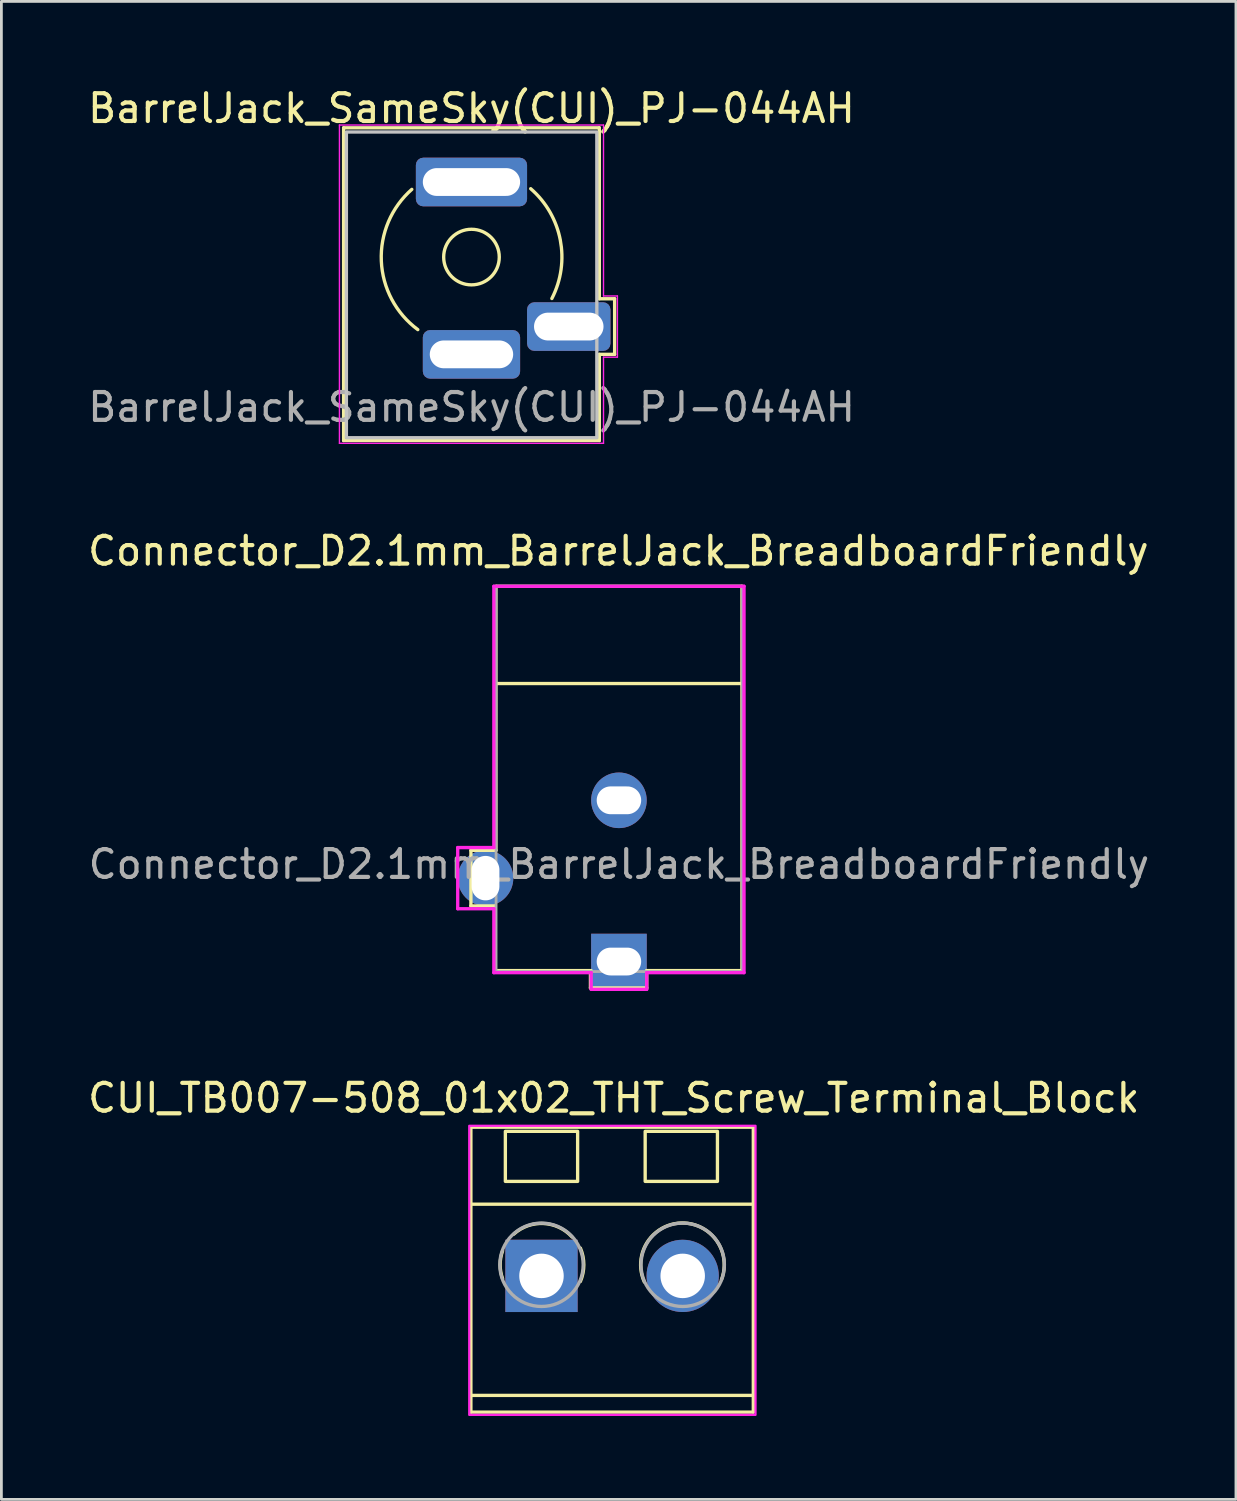
<source format=kicad_pcb>
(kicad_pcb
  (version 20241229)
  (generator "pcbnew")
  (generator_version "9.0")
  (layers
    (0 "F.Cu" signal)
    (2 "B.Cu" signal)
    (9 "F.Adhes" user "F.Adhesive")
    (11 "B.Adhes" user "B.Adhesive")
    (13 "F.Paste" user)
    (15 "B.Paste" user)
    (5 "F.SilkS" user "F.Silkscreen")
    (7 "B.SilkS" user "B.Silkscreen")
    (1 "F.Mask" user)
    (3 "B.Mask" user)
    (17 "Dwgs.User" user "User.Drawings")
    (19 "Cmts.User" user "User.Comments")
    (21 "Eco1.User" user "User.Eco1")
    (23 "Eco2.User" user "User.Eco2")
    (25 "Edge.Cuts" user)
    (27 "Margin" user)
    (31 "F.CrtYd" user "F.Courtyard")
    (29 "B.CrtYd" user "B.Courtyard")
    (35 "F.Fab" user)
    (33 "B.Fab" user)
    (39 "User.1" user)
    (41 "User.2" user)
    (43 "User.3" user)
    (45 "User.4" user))
  (footprint "BarrelJack_SameSky(CUI)_PJ-044AH"
    (layer "F.Cu")
    (at 13.911 6.198)
    (property "Reference" "BarrelJack_SameSky(CUI)_PJ-044AH" (at 0 -5.35 0) (unlocked yes) (layer "F.SilkS") (effects (font (size 1 1) (thickness 0.15))))
    (attr through_hole)
    (fp_line (start -4.6 -4.65) (end 4.6 -4.65) (stroke (width 0.12) (type default)) (layer "F.SilkS"))
    (fp_line (start -4.6 6.6) (end -4.6 -4.65) (stroke (width 0.12) (type default)) (layer "F.SilkS"))
    (fp_line (start 4.6 -4.65) (end 4.6 1.5) (stroke (width 0.12) (type default)) (layer "F.SilkS"))
    (fp_line (start 4.6 1.5) (end 5.15 1.5) (stroke (width 0.12) (type default)) (layer "F.SilkS"))
    (fp_line (start 4.6 3.5) (end 4.6 6.6) (stroke (width 0.12) (type default)) (layer "F.SilkS"))
    (fp_line (start 4.6 6.6) (end -4.6 6.6) (stroke (width 0.12) (type default)) (layer "F.SilkS"))
    (fp_line (start 5.15 1.5) (end 5.15 3.5) (stroke (width 0.12) (type default)) (layer "F.SilkS"))
    (fp_line (start 5.15 3.5) (end 4.6 3.5) (stroke (width 0.12) (type default)) (layer "F.SilkS"))
    (fp_arc (start -1.93 2.61) (mid -3.243103 0.138852) (end -2.146021 -2.435487) (stroke (width 0.12) (type default)) (layer "F.SilkS"))
    (fp_arc (start 2.13 -2.46) (mid 3.195087 -0.616373) (end 2.892228 1.491149) (stroke (width 0.12) (type default)) (layer "F.SilkS"))
    (fp_circle (center 0 0) (end 1 0) (stroke (width 0.12) (type solid)) (fill no) (layer "F.SilkS"))
    (fp_rect (start -4.5 -4.5) (end 4.51 6.5) (stroke (width 0.12) (type solid)) (fill no) (layer "Dwgs.User"))
    (fp_line (start -4.75 -4.75) (end 4.75 -4.75) (stroke (width 0.05) (type solid)) (layer "F.CrtYd"))
    (fp_line (start -4.75 6.7) (end -4.75 -4.75) (stroke (width 0.05) (type solid)) (layer "F.CrtYd"))
    (fp_line (start 4.75 -4.75) (end 4.75 1.4) (stroke (width 0.05) (type solid)) (layer "F.CrtYd"))
    (fp_line (start 4.75 1.4) (end 5.25 1.4) (stroke (width 0.05) (type solid)) (layer "F.CrtYd"))
    (fp_line (start 4.75 3.6) (end 4.75 6.7) (stroke (width 0.05) (type solid)) (layer "F.CrtYd"))
    (fp_line (start 4.75 6.7) (end -4.75 6.7) (stroke (width 0.05) (type solid)) (layer "F.CrtYd"))
    (fp_line (start 5.25 1.4) (end 5.25 3.6) (stroke (width 0.05) (type solid)) (layer "F.CrtYd"))
    (fp_line (start 5.25 3.6) (end 4.75 3.6) (stroke (width 0.05) (type solid)) (layer "F.CrtYd"))
    (fp_text user "${REFERENCE}" (at 0.005 5.4 0) (unlocked yes) (layer "F.Fab") (effects (font (size 1 1) (thickness 0.15))))
    (pad "1" thru_hole roundrect (at 0 -2.7) (size 4 1.75) (drill oval 3.5 1) (layers "*.Cu" "*.Mask") (roundrect_rratio 0.15))
    (pad "2" thru_hole roundrect (at 0 3.5) (size 3.5 1.75) (drill oval 3 1) (layers "*.Cu" "*.Mask") (roundrect_rratio 0.15))
    (pad "3" thru_hole roundrect (at 3.5 2.5) (size 3 1.75) (drill oval 2.5 1) (layers "*.Cu" "*.Mask") (roundrect_rratio 0.15)))
  (footprint "Connector_D2.1mm_BarrelJack_BreadboardFriendly"
    (layer "F.Cu")
    (at 19.216 31.541)
    (property "Reference" "Connector_D2.1mm_BarrelJack_BreadboardFriendly" (at -0.02 -14.77 0) (unlocked yes) (layer "F.SilkS") (effects (font (size 1 1) (thickness 0.15))))
    (attr through_hole)
    (fp_line (start -5.325 -4) (end -4.425 -4) (stroke (width 0.12) (type solid)) (layer "F.SilkS"))
    (fp_line (start -5.325 -2) (end -5.325 -4) (stroke (width 0.12) (type solid)) (layer "F.SilkS"))
    (fp_line (start -4.45 -2) (end -5.325 -2) (stroke (width 0.12) (type solid)) (layer "F.SilkS"))
    (fp_line (start -4.45 0.325) (end -4.45 -2) (stroke (width 0.12) (type solid)) (layer "F.SilkS"))
    (fp_line (start -4.425 -10) (end 4.425 -10) (stroke (width 0.12) (type solid)) (layer "F.SilkS"))
    (fp_line (start -4.425 -4) (end -4.425 -13.5) (stroke (width 0.12) (type solid)) (layer "F.SilkS"))
    (fp_line (start -4.4 -13.5) (end 4.425 -13.5) (stroke (width 0.12) (type solid)) (layer "F.SilkS"))
    (fp_line (start -1.025 0.95) (end -1.025 0.33) (stroke (width 0.12) (type solid)) (layer "F.SilkS"))
    (fp_line (start -1 0.325) (end -4.45 0.325) (stroke (width 0.12) (type solid)) (layer "F.SilkS"))
    (fp_line (start 1 0.325) (end 1 0.95) (stroke (width 0.12) (type solid)) (layer "F.SilkS"))
    (fp_line (start 1 0.95) (end -1.025 0.95) (stroke (width 0.12) (type solid)) (layer "F.SilkS"))
    (fp_line (start 4.425 -13.5) (end 4.425 0.325) (stroke (width 0.12) (type solid)) (layer "F.SilkS"))
    (fp_line (start 4.425 0.325) (end 1 0.325) (stroke (width 0.12) (type solid)) (layer "F.SilkS"))
    (fp_line (start -5.8 -4.1) (end -4.5 -4.1) (stroke (width 0.12) (type solid)) (layer "F.CrtYd"))
    (fp_line (start -5.8 -1.9) (end -5.8 -4.1) (stroke (width 0.12) (type solid)) (layer "F.CrtYd"))
    (fp_line (start -4.5 -13.5) (end -4.5 -4.1) (stroke (width 0.12) (type solid)) (layer "F.CrtYd"))
    (fp_line (start -4.5 -1.9) (end -5.8 -1.9) (stroke (width 0.12) (type solid)) (layer "F.CrtYd"))
    (fp_line (start -4.5 -1.9) (end -4.5 0.4) (stroke (width 0.12) (type solid)) (layer "F.CrtYd"))
    (fp_line (start -4.5 0.4) (end -1 0.4) (stroke (width 0.12) (type solid)) (layer "F.CrtYd"))
    (fp_line (start -1 0.4) (end -1 1) (stroke (width 0.12) (type solid)) (layer "F.CrtYd"))
    (fp_line (start -1 1) (end 1 1) (stroke (width 0.12) (type solid)) (layer "F.CrtYd"))
    (fp_line (start 1 0.4) (end 4.5 0.4) (stroke (width 0.12) (type solid)) (layer "F.CrtYd"))
    (fp_line (start 1 1) (end 1 0.4) (stroke (width 0.12) (type solid)) (layer "F.CrtYd"))
    (fp_line (start 4.5 -13.5) (end -4.5 -13.5) (stroke (width 0.12) (type solid)) (layer "F.CrtYd"))
    (fp_line (start 4.5 0.4) (end 4.5 -13.5) (stroke (width 0.12) (type solid)) (layer "F.CrtYd"))
    (fp_rect (start -4.42 -13.5) (end 4.44 0.36) (stroke (width 0.1) (type solid)) (fill no) (layer "F.Fab"))
    (fp_text user "${REFERENCE}" (at 0 -3.5 0) (unlocked yes) (layer "F.Fab") (effects (font (size 1 1) (thickness 0.15))))
    (pad "1" thru_hole rect (at 0 0) (size 2 2) (drill oval 1.6 1) (layers "*.Cu" "*.Mask"))
    (pad "2" thru_hole circle (at 0 -5.8) (size 2 2) (drill oval 1.6 1) (layers "*.Cu" "*.Mask"))
    (pad "3" thru_hole circle (at -4.8 -3) (size 2 2) (drill oval 1 1.6) (layers "*.Cu" "*.Mask")))
  (footprint "CUI_TB007-508_01x02_THT_Screw_Terminal_Block"
    (layer "F.Cu")
    (at 16.43 42.85)
    (property "Reference" "CUI_TB007-508_01x02_THT_Screw_Terminal_Block" (at 2.6 -6.4 0) (unlocked yes) (layer "F.SilkS") (effects (font (size 1 1) (thickness 0.15))))
    (attr through_hole)
    (fp_line (start -2.54 -5.35) (end -2.54 4.9) (stroke (width 0.12) (type solid)) (layer "F.SilkS"))
    (fp_line (start -2.54 -5.35) (end 7.62 -5.35) (stroke (width 0.12) (type solid)) (layer "F.SilkS"))
    (fp_line (start -2.54 -2.58) (end 7.62 -2.58) (stroke (width 0.12) (type solid)) (layer "F.SilkS"))
    (fp_line (start -2.54 4.3) (end 7.62 4.3) (stroke (width 0.12) (type solid)) (layer "F.SilkS"))
    (fp_line (start -2.54 4.9) (end 7.62 4.9) (stroke (width 0.12) (type solid)) (layer "F.SilkS"))
    (fp_line (start 7.62 -5.35) (end 7.62 4.9) (stroke (width 0.12) (type solid)) (layer "F.SilkS"))
    (fp_rect (start -1.3 -5.2) (end 1.3 -3.4) (stroke (width 0.12) (type solid)) (fill no) (layer "F.SilkS"))
    (fp_rect (start 3.73 -5.2) (end 6.33 -3.4) (stroke (width 0.12) (type solid)) (fill no) (layer "F.SilkS"))
    (fp_arc (start -1.399999 0.1) (mid -1.486606 -0.4) (end -1.399999 -0.9) (stroke (width 0.12) (type solid)) (layer "F.SilkS"))
    (fp_arc (start -0.999999 -1.499999) (mid 0.070711 -1.884923) (end 1.099999 -1.399999) (stroke (width 0.12) (type solid)) (layer "F.SilkS"))
    (fp_arc (start 1.399999 -1) (mid 1.523154 -0.4) (end 1.399999 0.2) (stroke (width 0.12) (type solid)) (layer "F.SilkS"))
    (fp_arc (start 3.700001 0.22) (mid 5.023704 -1.903048) (end 6.47556 0.134509) (stroke (width 0.12) (type solid)) (layer "F.SilkS"))
    (fp_rect (start -2.6 -5.4) (end 7.7 5) (stroke (width 0.08) (type solid)) (fill no) (layer "F.CrtYd"))
    (fp_circle (center 0 -0.4) (end 1.5 -0.4) (stroke (width 0.12) (type solid)) (fill no) (layer "F.Fab"))
    (fp_circle (center 5.08 -0.4) (end 6.58 -0.4) (stroke (width 0.12) (type solid)) (fill no) (layer "F.Fab"))
    (pad "1" thru_hole rect (at 0 0) (size 2.6 2.6) (drill 1.6) (layers "*.Cu" "*.Mask"))
    (pad "2" thru_hole circle (at 5.08 0) (size 2.6 2.6) (drill 1.6) (layers "*.Cu" "*.Mask")))
  (gr_rect
    (start -3 -3)
    (end 41.413 50.89)
    (stroke (width 0.1) (type default))
    (fill no)
    (layer "Edge.Cuts")))
</source>
